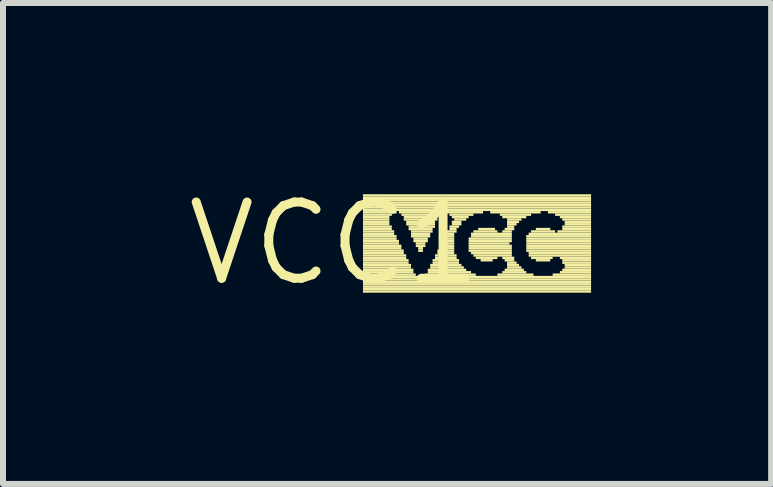
<source format=kicad_pcb>
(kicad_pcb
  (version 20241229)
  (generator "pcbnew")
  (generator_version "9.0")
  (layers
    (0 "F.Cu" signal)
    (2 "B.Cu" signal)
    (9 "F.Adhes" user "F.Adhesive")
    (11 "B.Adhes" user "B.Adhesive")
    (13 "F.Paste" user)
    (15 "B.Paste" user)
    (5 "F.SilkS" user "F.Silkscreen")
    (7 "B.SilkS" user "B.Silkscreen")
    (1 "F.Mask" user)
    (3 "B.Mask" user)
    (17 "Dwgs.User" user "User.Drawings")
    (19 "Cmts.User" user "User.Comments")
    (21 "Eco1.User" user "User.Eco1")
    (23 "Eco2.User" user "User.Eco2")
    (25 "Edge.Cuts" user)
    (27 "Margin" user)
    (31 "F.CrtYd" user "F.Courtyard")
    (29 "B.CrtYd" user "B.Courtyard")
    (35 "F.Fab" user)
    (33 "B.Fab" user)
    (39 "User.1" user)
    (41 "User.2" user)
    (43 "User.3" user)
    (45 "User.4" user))
  (footprint "VCC1"
    (layer "F.Cu")
    (at 2.517 1.006)
    (property "Reference" "VCC1" (at 0 0 0) (layer "F.SilkS") (effects (font (size 1.27 1.27) (thickness 0.15))))
    (attr through_hole)
    (fp_poly (pts (xy 0.48 -0.78) (xy 4.28 -0.78) (xy 4.28 -0.82) (xy 0.48 -0.82)) (stroke (width 0) (type solid)) (fill yes) (layer "F.SilkS"))
    (fp_poly (pts (xy 0.48 -0.74) (xy 4.28 -0.74) (xy 4.28 -0.78) (xy 0.48 -0.78)) (stroke (width 0) (type solid)) (fill yes) (layer "F.SilkS"))
    (fp_poly (pts (xy 0.48 -0.7) (xy 4.28 -0.7) (xy 4.28 -0.74) (xy 0.48 -0.74)) (stroke (width 0) (type solid)) (fill yes) (layer "F.SilkS"))
    (fp_poly (pts (xy 0.48 -0.66) (xy 4.28 -0.66) (xy 4.28 -0.7) (xy 0.48 -0.7)) (stroke (width 0) (type solid)) (fill yes) (layer "F.SilkS"))
    (fp_poly (pts (xy 0.48 -0.62) (xy 4.28 -0.62) (xy 4.28 -0.66) (xy 0.48 -0.66)) (stroke (width 0) (type solid)) (fill yes) (layer "F.SilkS"))
    (fp_poly (pts (xy 0.48 -0.58) (xy 4.28 -0.58) (xy 4.28 -0.62) (xy 0.48 -0.62)) (stroke (width 0) (type solid)) (fill yes) (layer "F.SilkS"))
    (fp_poly (pts (xy 0.48 -0.54) (xy 4.28 -0.54) (xy 4.28 -0.58) (xy 0.48 -0.58)) (stroke (width 0) (type solid)) (fill yes) (layer "F.SilkS"))
    (fp_poly (pts (xy 0.48 -0.5) (xy 1.04 -0.5) (xy 1.04 -0.54) (xy 0.48 -0.54)) (stroke (width 0) (type solid)) (fill yes) (layer "F.SilkS"))
    (fp_poly (pts (xy 0.48 -0.46) (xy 0.96 -0.46) (xy 0.96 -0.5) (xy 0.48 -0.5)) (stroke (width 0) (type solid)) (fill yes) (layer "F.SilkS"))
    (fp_poly (pts (xy 0.48 -0.42) (xy 0.92 -0.42) (xy 0.92 -0.46) (xy 0.48 -0.46)) (stroke (width 0) (type solid)) (fill yes) (layer "F.SilkS"))
    (fp_poly (pts (xy 0.48 -0.38) (xy 0.92 -0.38) (xy 0.92 -0.42) (xy 0.48 -0.42)) (stroke (width 0) (type solid)) (fill yes) (layer "F.SilkS"))
    (fp_poly (pts (xy 0.48 -0.34) (xy 0.92 -0.34) (xy 0.92 -0.38) (xy 0.48 -0.38)) (stroke (width 0) (type solid)) (fill yes) (layer "F.SilkS"))
    (fp_poly (pts (xy 0.48 -0.3) (xy 0.92 -0.3) (xy 0.92 -0.34) (xy 0.48 -0.34)) (stroke (width 0) (type solid)) (fill yes) (layer "F.SilkS"))
    (fp_poly (pts (xy 0.48 -0.26) (xy 0.96 -0.26) (xy 0.96 -0.3) (xy 0.48 -0.3)) (stroke (width 0) (type solid)) (fill yes) (layer "F.SilkS"))
    (fp_poly (pts (xy 0.48 -0.22) (xy 0.96 -0.22) (xy 0.96 -0.26) (xy 0.48 -0.26)) (stroke (width 0) (type solid)) (fill yes) (layer "F.SilkS"))
    (fp_poly (pts (xy 0.48 -0.18) (xy 1 -0.18) (xy 1 -0.22) (xy 0.48 -0.22)) (stroke (width 0) (type solid)) (fill yes) (layer "F.SilkS"))
    (fp_poly (pts (xy 0.48 -0.14) (xy 1 -0.14) (xy 1 -0.18) (xy 0.48 -0.18)) (stroke (width 0) (type solid)) (fill yes) (layer "F.SilkS"))
    (fp_poly (pts (xy 0.48 -0.1) (xy 1.04 -0.1) (xy 1.04 -0.14) (xy 0.48 -0.14)) (stroke (width 0) (type solid)) (fill yes) (layer "F.SilkS"))
    (fp_poly (pts (xy 0.48 -0.06) (xy 1.04 -0.06) (xy 1.04 -0.1) (xy 0.48 -0.1)) (stroke (width 0) (type solid)) (fill yes) (layer "F.SilkS"))
    (fp_poly (pts (xy 0.48 -0.02) (xy 1.08 -0.02) (xy 1.08 -0.06) (xy 0.48 -0.06)) (stroke (width 0) (type solid)) (fill yes) (layer "F.SilkS"))
    (fp_poly (pts (xy 0.48 0.02) (xy 1.08 0.02) (xy 1.08 -0.02) (xy 0.48 -0.02)) (stroke (width 0) (type solid)) (fill yes) (layer "F.SilkS"))
    (fp_poly (pts (xy 0.48 0.06) (xy 1.12 0.06) (xy 1.12 0.02) (xy 0.48 0.02)) (stroke (width 0) (type solid)) (fill yes) (layer "F.SilkS"))
    (fp_poly (pts (xy 0.48 0.1) (xy 1.12 0.1) (xy 1.12 0.06) (xy 0.48 0.06)) (stroke (width 0) (type solid)) (fill yes) (layer "F.SilkS"))
    (fp_poly (pts (xy 0.48 0.14) (xy 1.16 0.14) (xy 1.16 0.1) (xy 0.48 0.1)) (stroke (width 0) (type solid)) (fill yes) (layer "F.SilkS"))
    (fp_poly (pts (xy 0.48 0.18) (xy 1.16 0.18) (xy 1.16 0.14) (xy 0.48 0.14)) (stroke (width 0) (type solid)) (fill yes) (layer "F.SilkS"))
    (fp_poly (pts (xy 0.48 0.22) (xy 1.2 0.22) (xy 1.2 0.18) (xy 0.48 0.18)) (stroke (width 0) (type solid)) (fill yes) (layer "F.SilkS"))
    (fp_poly (pts (xy 0.48 0.26) (xy 1.2 0.26) (xy 1.2 0.22) (xy 0.48 0.22)) (stroke (width 0) (type solid)) (fill yes) (layer "F.SilkS"))
    (fp_poly (pts (xy 0.48 0.3) (xy 1.24 0.3) (xy 1.24 0.26) (xy 0.48 0.26)) (stroke (width 0) (type solid)) (fill yes) (layer "F.SilkS"))
    (fp_poly (pts (xy 0.48 0.34) (xy 1.24 0.34) (xy 1.24 0.3) (xy 0.48 0.3)) (stroke (width 0) (type solid)) (fill yes) (layer "F.SilkS"))
    (fp_poly (pts (xy 0.48 0.38) (xy 1.28 0.38) (xy 1.28 0.34) (xy 0.48 0.34)) (stroke (width 0) (type solid)) (fill yes) (layer "F.SilkS"))
    (fp_poly (pts (xy 0.48 0.42) (xy 1.28 0.42) (xy 1.28 0.38) (xy 0.48 0.38)) (stroke (width 0) (type solid)) (fill yes) (layer "F.SilkS"))
    (fp_poly (pts (xy 0.48 0.46) (xy 1.32 0.46) (xy 1.32 0.42) (xy 0.48 0.42)) (stroke (width 0) (type solid)) (fill yes) (layer "F.SilkS"))
    (fp_poly (pts (xy 0.48 0.5) (xy 1.32 0.5) (xy 1.32 0.46) (xy 0.48 0.46)) (stroke (width 0) (type solid)) (fill yes) (layer "F.SilkS"))
    (fp_poly (pts (xy 0.48 0.54) (xy 1.36 0.54) (xy 1.36 0.5) (xy 0.48 0.5)) (stroke (width 0) (type solid)) (fill yes) (layer "F.SilkS"))
    (fp_poly (pts (xy 0.48 0.58) (xy 4.28 0.58) (xy 4.28 0.54) (xy 0.48 0.54)) (stroke (width 0) (type solid)) (fill yes) (layer "F.SilkS"))
    (fp_poly (pts (xy 0.48 0.62) (xy 4.28 0.62) (xy 4.28 0.58) (xy 0.48 0.58)) (stroke (width 0) (type solid)) (fill yes) (layer "F.SilkS"))
    (fp_poly (pts (xy 0.48 0.66) (xy 4.28 0.66) (xy 4.28 0.62) (xy 0.48 0.62)) (stroke (width 0) (type solid)) (fill yes) (layer "F.SilkS"))
    (fp_poly (pts (xy 0.48 0.7) (xy 4.28 0.7) (xy 4.28 0.66) (xy 0.48 0.66)) (stroke (width 0) (type solid)) (fill yes) (layer "F.SilkS"))
    (fp_poly (pts (xy 0.48 0.74) (xy 4.28 0.74) (xy 4.28 0.7) (xy 0.48 0.7)) (stroke (width 0) (type solid)) (fill yes) (layer "F.SilkS"))
    (fp_poly (pts (xy 0.48 0.78) (xy 4.28 0.78) (xy 4.28 0.74) (xy 0.48 0.74)) (stroke (width 0) (type solid)) (fill yes) (layer "F.SilkS"))
    (fp_poly (pts (xy 0.48 0.82) (xy 4.28 0.82) (xy 4.28 0.78) (xy 0.48 0.78)) (stroke (width 0) (type solid)) (fill yes) (layer "F.SilkS"))
    (fp_poly (pts (xy 1.08 -0.5) (xy 1.8 -0.5) (xy 1.8 -0.54) (xy 1.08 -0.54)) (stroke (width 0) (type solid)) (fill yes) (layer "F.SilkS"))
    (fp_poly (pts (xy 1.12 -0.46) (xy 1.76 -0.46) (xy 1.76 -0.5) (xy 1.12 -0.5)) (stroke (width 0) (type solid)) (fill yes) (layer "F.SilkS"))
    (fp_poly (pts (xy 1.16 -0.42) (xy 1.72 -0.42) (xy 1.72 -0.46) (xy 1.16 -0.46)) (stroke (width 0) (type solid)) (fill yes) (layer "F.SilkS"))
    (fp_poly (pts (xy 1.16 -0.38) (xy 1.72 -0.38) (xy 1.72 -0.42) (xy 1.16 -0.42)) (stroke (width 0) (type solid)) (fill yes) (layer "F.SilkS"))
    (fp_poly (pts (xy 1.2 -0.34) (xy 1.68 -0.34) (xy 1.68 -0.38) (xy 1.2 -0.38)) (stroke (width 0) (type solid)) (fill yes) (layer "F.SilkS"))
    (fp_poly (pts (xy 1.2 -0.3) (xy 1.68 -0.3) (xy 1.68 -0.34) (xy 1.2 -0.34)) (stroke (width 0) (type solid)) (fill yes) (layer "F.SilkS"))
    (fp_poly (pts (xy 1.24 -0.26) (xy 1.68 -0.26) (xy 1.68 -0.3) (xy 1.24 -0.3)) (stroke (width 0) (type solid)) (fill yes) (layer "F.SilkS"))
    (fp_poly (pts (xy 1.24 -0.22) (xy 1.64 -0.22) (xy 1.64 -0.26) (xy 1.24 -0.26)) (stroke (width 0) (type solid)) (fill yes) (layer "F.SilkS"))
    (fp_poly (pts (xy 1.28 -0.18) (xy 1.64 -0.18) (xy 1.64 -0.22) (xy 1.28 -0.22)) (stroke (width 0) (type solid)) (fill yes) (layer "F.SilkS"))
    (fp_poly (pts (xy 1.28 -0.14) (xy 1.6 -0.14) (xy 1.6 -0.18) (xy 1.28 -0.18)) (stroke (width 0) (type solid)) (fill yes) (layer "F.SilkS"))
    (fp_poly (pts (xy 1.28 -0.1) (xy 1.6 -0.1) (xy 1.6 -0.14) (xy 1.28 -0.14)) (stroke (width 0) (type solid)) (fill yes) (layer "F.SilkS"))
    (fp_poly (pts (xy 1.32 -0.06) (xy 1.56 -0.06) (xy 1.56 -0.1) (xy 1.32 -0.1)) (stroke (width 0) (type solid)) (fill yes) (layer "F.SilkS"))
    (fp_poly (pts (xy 1.32 -0.02) (xy 1.56 -0.02) (xy 1.56 -0.06) (xy 1.32 -0.06)) (stroke (width 0) (type solid)) (fill yes) (layer "F.SilkS"))
    (fp_poly (pts (xy 1.36 0.02) (xy 1.52 0.02) (xy 1.52 -0.02) (xy 1.36 -0.02)) (stroke (width 0) (type solid)) (fill yes) (layer "F.SilkS"))
    (fp_poly (pts (xy 1.36 0.06) (xy 1.52 0.06) (xy 1.52 0.02) (xy 1.36 0.02)) (stroke (width 0) (type solid)) (fill yes) (layer "F.SilkS"))
    (fp_poly (pts (xy 1.4 0.1) (xy 1.48 0.1) (xy 1.48 0.06) (xy 1.4 0.06)) (stroke (width 0) (type solid)) (fill yes) (layer "F.SilkS"))
    (fp_poly (pts (xy 1.4 0.14) (xy 1.48 0.14) (xy 1.48 0.1) (xy 1.4 0.1)) (stroke (width 0) (type solid)) (fill yes) (layer "F.SilkS"))
    (fp_poly (pts (xy 1.52 0.54) (xy 2.36 0.54) (xy 2.36 0.5) (xy 1.52 0.5)) (stroke (width 0) (type solid)) (fill yes) (layer "F.SilkS"))
    (fp_poly (pts (xy 1.56 0.46) (xy 2.2 0.46) (xy 2.2 0.42) (xy 1.56 0.42)) (stroke (width 0) (type solid)) (fill yes) (layer "F.SilkS"))
    (fp_poly (pts (xy 1.56 0.5) (xy 2.28 0.5) (xy 2.28 0.46) (xy 1.56 0.46)) (stroke (width 0) (type solid)) (fill yes) (layer "F.SilkS"))
    (fp_poly (pts (xy 1.6 0.38) (xy 2.12 0.38) (xy 2.12 0.34) (xy 1.6 0.34)) (stroke (width 0) (type solid)) (fill yes) (layer "F.SilkS"))
    (fp_poly (pts (xy 1.6 0.42) (xy 2.16 0.42) (xy 2.16 0.38) (xy 1.6 0.38)) (stroke (width 0) (type solid)) (fill yes) (layer "F.SilkS"))
    (fp_poly (pts (xy 1.64 0.3) (xy 2.08 0.3) (xy 2.08 0.26) (xy 1.64 0.26)) (stroke (width 0) (type solid)) (fill yes) (layer "F.SilkS"))
    (fp_poly (pts (xy 1.64 0.34) (xy 2.08 0.34) (xy 2.08 0.3) (xy 1.64 0.3)) (stroke (width 0) (type solid)) (fill yes) (layer "F.SilkS"))
    (fp_poly (pts (xy 1.68 0.22) (xy 2.04 0.22) (xy 2.04 0.18) (xy 1.68 0.18)) (stroke (width 0) (type solid)) (fill yes) (layer "F.SilkS"))
    (fp_poly (pts (xy 1.68 0.26) (xy 2.04 0.26) (xy 2.04 0.22) (xy 1.68 0.22)) (stroke (width 0) (type solid)) (fill yes) (layer "F.SilkS"))
    (fp_poly (pts (xy 1.72 0.14) (xy 2 0.14) (xy 2 0.1) (xy 1.72 0.1)) (stroke (width 0) (type solid)) (fill yes) (layer "F.SilkS"))
    (fp_poly (pts (xy 1.72 0.18) (xy 2 0.18) (xy 2 0.14) (xy 1.72 0.14)) (stroke (width 0) (type solid)) (fill yes) (layer "F.SilkS"))
    (fp_poly (pts (xy 1.76 0.06) (xy 2 0.06) (xy 2 0.02) (xy 1.76 0.02)) (stroke (width 0) (type solid)) (fill yes) (layer "F.SilkS"))
    (fp_poly (pts (xy 1.76 0.1) (xy 2 0.1) (xy 2 0.06) (xy 1.76 0.06)) (stroke (width 0) (type solid)) (fill yes) (layer "F.SilkS"))
    (fp_poly (pts (xy 1.8 -0.02) (xy 2 -0.02) (xy 2 -0.06) (xy 1.8 -0.06)) (stroke (width 0) (type solid)) (fill yes) (layer "F.SilkS"))
    (fp_poly (pts (xy 1.8 0.02) (xy 2 0.02) (xy 2 -0.02) (xy 1.8 -0.02)) (stroke (width 0) (type solid)) (fill yes) (layer "F.SilkS"))
    (fp_poly (pts (xy 1.84 -0.5) (xy 2.48 -0.5) (xy 2.48 -0.54) (xy 1.84 -0.54)) (stroke (width 0) (type solid)) (fill yes) (layer "F.SilkS"))
    (fp_poly (pts (xy 1.84 -0.1) (xy 2 -0.1) (xy 2 -0.14) (xy 1.84 -0.14)) (stroke (width 0) (type solid)) (fill yes) (layer "F.SilkS"))
    (fp_poly (pts (xy 1.84 -0.06) (xy 2 -0.06) (xy 2 -0.1) (xy 1.84 -0.1)) (stroke (width 0) (type solid)) (fill yes) (layer "F.SilkS"))
    (fp_poly (pts (xy 1.88 -0.18) (xy 2.04 -0.18) (xy 2.04 -0.22) (xy 1.88 -0.22)) (stroke (width 0) (type solid)) (fill yes) (layer "F.SilkS"))
    (fp_poly (pts (xy 1.88 -0.14) (xy 2 -0.14) (xy 2 -0.18) (xy 1.88 -0.18)) (stroke (width 0) (type solid)) (fill yes) (layer "F.SilkS"))
    (fp_poly (pts (xy 1.92 -0.46) (xy 2.32 -0.46) (xy 2.32 -0.5) (xy 1.92 -0.5)) (stroke (width 0) (type solid)) (fill yes) (layer "F.SilkS"))
    (fp_poly (pts (xy 1.92 -0.26) (xy 2.08 -0.26) (xy 2.08 -0.3) (xy 1.92 -0.3)) (stroke (width 0) (type solid)) (fill yes) (layer "F.SilkS"))
    (fp_poly (pts (xy 1.92 -0.22) (xy 2.04 -0.22) (xy 2.04 -0.26) (xy 1.92 -0.26)) (stroke (width 0) (type solid)) (fill yes) (layer "F.SilkS"))
    (fp_poly (pts (xy 1.96 -0.42) (xy 2.24 -0.42) (xy 2.24 -0.46) (xy 1.96 -0.46)) (stroke (width 0) (type solid)) (fill yes) (layer "F.SilkS"))
    (fp_poly (pts (xy 1.96 -0.34) (xy 2.12 -0.34) (xy 2.12 -0.38) (xy 1.96 -0.38)) (stroke (width 0) (type solid)) (fill yes) (layer "F.SilkS"))
    (fp_poly (pts (xy 1.96 -0.3) (xy 2.12 -0.3) (xy 2.12 -0.34) (xy 1.96 -0.34)) (stroke (width 0) (type solid)) (fill yes) (layer "F.SilkS"))
    (fp_poly (pts (xy 2 -0.38) (xy 2.2 -0.38) (xy 2.2 -0.42) (xy 2 -0.42)) (stroke (width 0) (type solid)) (fill yes) (layer "F.SilkS"))
    (fp_poly (pts (xy 2.24 -0.06) (xy 2.96 -0.06) (xy 2.96 -0.1) (xy 2.24 -0.1)) (stroke (width 0) (type solid)) (fill yes) (layer "F.SilkS"))
    (fp_poly (pts (xy 2.24 -0.02) (xy 2.96 -0.02) (xy 2.96 -0.06) (xy 2.24 -0.06)) (stroke (width 0) (type solid)) (fill yes) (layer "F.SilkS"))
    (fp_poly (pts (xy 2.24 0.02) (xy 2.92 0.02) (xy 2.92 -0.02) (xy 2.24 -0.02)) (stroke (width 0) (type solid)) (fill yes) (layer "F.SilkS"))
    (fp_poly (pts (xy 2.24 0.06) (xy 2.96 0.06) (xy 2.96 0.02) (xy 2.24 0.02)) (stroke (width 0) (type solid)) (fill yes) (layer "F.SilkS"))
    (fp_poly (pts (xy 2.24 0.1) (xy 2.96 0.1) (xy 2.96 0.06) (xy 2.24 0.06)) (stroke (width 0) (type solid)) (fill yes) (layer "F.SilkS"))
    (fp_poly (pts (xy 2.24 0.14) (xy 2.96 0.14) (xy 2.96 0.1) (xy 2.24 0.1)) (stroke (width 0) (type solid)) (fill yes) (layer "F.SilkS"))
    (fp_poly (pts (xy 2.28 -0.14) (xy 2.96 -0.14) (xy 2.96 -0.18) (xy 2.28 -0.18)) (stroke (width 0) (type solid)) (fill yes) (layer "F.SilkS"))
    (fp_poly (pts (xy 2.28 -0.1) (xy 2.96 -0.1) (xy 2.96 -0.14) (xy 2.28 -0.14)) (stroke (width 0) (type solid)) (fill yes) (layer "F.SilkS"))
    (fp_poly (pts (xy 2.28 0.18) (xy 2.96 0.18) (xy 2.96 0.14) (xy 2.28 0.14)) (stroke (width 0) (type solid)) (fill yes) (layer "F.SilkS"))
    (fp_poly (pts (xy 2.32 -0.18) (xy 2.72 -0.18) (xy 2.72 -0.22) (xy 2.32 -0.22)) (stroke (width 0) (type solid)) (fill yes) (layer "F.SilkS"))
    (fp_poly (pts (xy 2.32 0.22) (xy 2.96 0.22) (xy 2.96 0.18) (xy 2.32 0.18)) (stroke (width 0) (type solid)) (fill yes) (layer "F.SilkS"))
    (fp_poly (pts (xy 2.36 0.26) (xy 2.72 0.26) (xy 2.72 0.22) (xy 2.36 0.22)) (stroke (width 0) (type solid)) (fill yes) (layer "F.SilkS"))
    (fp_poly (pts (xy 2.4 -0.22) (xy 2.68 -0.22) (xy 2.68 -0.26) (xy 2.4 -0.26)) (stroke (width 0) (type solid)) (fill yes) (layer "F.SilkS"))
    (fp_poly (pts (xy 2.44 0.3) (xy 2.64 0.3) (xy 2.64 0.26) (xy 2.44 0.26)) (stroke (width 0) (type solid)) (fill yes) (layer "F.SilkS"))
    (fp_poly (pts (xy 2.6 -0.5) (xy 3.44 -0.5) (xy 3.44 -0.54) (xy 2.6 -0.54)) (stroke (width 0) (type solid)) (fill yes) (layer "F.SilkS"))
    (fp_poly (pts (xy 2.72 0.54) (xy 3.32 0.54) (xy 3.32 0.5) (xy 2.72 0.5)) (stroke (width 0) (type solid)) (fill yes) (layer "F.SilkS"))
    (fp_poly (pts (xy 2.76 -0.46) (xy 3.28 -0.46) (xy 3.28 -0.5) (xy 2.76 -0.5)) (stroke (width 0) (type solid)) (fill yes) (layer "F.SilkS"))
    (fp_poly (pts (xy 2.8 -0.42) (xy 3.2 -0.42) (xy 3.2 -0.46) (xy 2.8 -0.46)) (stroke (width 0) (type solid)) (fill yes) (layer "F.SilkS"))
    (fp_poly (pts (xy 2.8 -0.18) (xy 2.96 -0.18) (xy 2.96 -0.22) (xy 2.8 -0.22)) (stroke (width 0) (type solid)) (fill yes) (layer "F.SilkS"))
    (fp_poly (pts (xy 2.8 0.26) (xy 3 0.26) (xy 3 0.22) (xy 2.8 0.22)) (stroke (width 0) (type solid)) (fill yes) (layer "F.SilkS"))
    (fp_poly (pts (xy 2.8 0.5) (xy 3.2 0.5) (xy 3.2 0.46) (xy 2.8 0.46)) (stroke (width 0) (type solid)) (fill yes) (layer "F.SilkS"))
    (fp_poly (pts (xy 2.84 -0.22) (xy 3 -0.22) (xy 3 -0.26) (xy 2.84 -0.26)) (stroke (width 0) (type solid)) (fill yes) (layer "F.SilkS"))
    (fp_poly (pts (xy 2.84 0.3) (xy 3 0.3) (xy 3 0.26) (xy 2.84 0.26)) (stroke (width 0) (type solid)) (fill yes) (layer "F.SilkS"))
    (fp_poly (pts (xy 2.84 0.46) (xy 3.16 0.46) (xy 3.16 0.42) (xy 2.84 0.42)) (stroke (width 0) (type solid)) (fill yes) (layer "F.SilkS"))
    (fp_poly (pts (xy 2.88 -0.38) (xy 3.12 -0.38) (xy 3.12 -0.42) (xy 2.88 -0.42)) (stroke (width 0) (type solid)) (fill yes) (layer "F.SilkS"))
    (fp_poly (pts (xy 2.88 -0.34) (xy 3.08 -0.34) (xy 3.08 -0.38) (xy 2.88 -0.38)) (stroke (width 0) (type solid)) (fill yes) (layer "F.SilkS"))
    (fp_poly (pts (xy 2.88 -0.3) (xy 3.04 -0.3) (xy 3.04 -0.34) (xy 2.88 -0.34)) (stroke (width 0) (type solid)) (fill yes) (layer "F.SilkS"))
    (fp_poly (pts (xy 2.88 -0.26) (xy 3 -0.26) (xy 3 -0.3) (xy 2.88 -0.3)) (stroke (width 0) (type solid)) (fill yes) (layer "F.SilkS"))
    (fp_poly (pts (xy 2.88 0.34) (xy 3.04 0.34) (xy 3.04 0.3) (xy 2.88 0.3)) (stroke (width 0) (type solid)) (fill yes) (layer "F.SilkS"))
    (fp_poly (pts (xy 2.88 0.38) (xy 3.08 0.38) (xy 3.08 0.34) (xy 2.88 0.34)) (stroke (width 0) (type solid)) (fill yes) (layer "F.SilkS"))
    (fp_poly (pts (xy 2.88 0.42) (xy 3.12 0.42) (xy 3.12 0.38) (xy 2.88 0.38)) (stroke (width 0) (type solid)) (fill yes) (layer "F.SilkS"))
    (fp_poly (pts (xy 3.2 -0.1) (xy 4.28 -0.1) (xy 4.28 -0.14) (xy 3.2 -0.14)) (stroke (width 0) (type solid)) (fill yes) (layer "F.SilkS"))
    (fp_poly (pts (xy 3.2 -0.06) (xy 4.28 -0.06) (xy 4.28 -0.1) (xy 3.2 -0.1)) (stroke (width 0) (type solid)) (fill yes) (layer "F.SilkS"))
    (fp_poly (pts (xy 3.2 -0.02) (xy 4.28 -0.02) (xy 4.28 -0.06) (xy 3.2 -0.06)) (stroke (width 0) (type solid)) (fill yes) (layer "F.SilkS"))
    (fp_poly (pts (xy 3.2 0.02) (xy 4.28 0.02) (xy 4.28 -0.02) (xy 3.2 -0.02)) (stroke (width 0) (type solid)) (fill yes) (layer "F.SilkS"))
    (fp_poly (pts (xy 3.2 0.06) (xy 4.28 0.06) (xy 4.28 0.02) (xy 3.2 0.02)) (stroke (width 0) (type solid)) (fill yes) (layer "F.SilkS"))
    (fp_poly (pts (xy 3.2 0.1) (xy 4.28 0.1) (xy 4.28 0.06) (xy 3.2 0.06)) (stroke (width 0) (type solid)) (fill yes) (layer "F.SilkS"))
    (fp_poly (pts (xy 3.2 0.14) (xy 4.28 0.14) (xy 4.28 0.1) (xy 3.2 0.1)) (stroke (width 0) (type solid)) (fill yes) (layer "F.SilkS"))
    (fp_poly (pts (xy 3.24 -0.14) (xy 4.28 -0.14) (xy 4.28 -0.18) (xy 3.24 -0.18)) (stroke (width 0) (type solid)) (fill yes) (layer "F.SilkS"))
    (fp_poly (pts (xy 3.24 0.18) (xy 4.28 0.18) (xy 4.28 0.14) (xy 3.24 0.14)) (stroke (width 0) (type solid)) (fill yes) (layer "F.SilkS"))
    (fp_poly (pts (xy 3.24 0.22) (xy 4.28 0.22) (xy 4.28 0.18) (xy 3.24 0.18)) (stroke (width 0) (type solid)) (fill yes) (layer "F.SilkS"))
    (fp_poly (pts (xy 3.28 -0.18) (xy 3.68 -0.18) (xy 3.68 -0.22) (xy 3.28 -0.22)) (stroke (width 0) (type solid)) (fill yes) (layer "F.SilkS"))
    (fp_poly (pts (xy 3.28 0.26) (xy 3.64 0.26) (xy 3.64 0.22) (xy 3.28 0.22)) (stroke (width 0) (type solid)) (fill yes) (layer "F.SilkS"))
    (fp_poly (pts (xy 3.36 -0.22) (xy 3.6 -0.22) (xy 3.6 -0.26) (xy 3.36 -0.26)) (stroke (width 0) (type solid)) (fill yes) (layer "F.SilkS"))
    (fp_poly (pts (xy 3.36 0.3) (xy 3.6 0.3) (xy 3.6 0.26) (xy 3.36 0.26)) (stroke (width 0) (type solid)) (fill yes) (layer "F.SilkS"))
    (fp_poly (pts (xy 3.56 -0.5) (xy 4.28 -0.5) (xy 4.28 -0.54) (xy 3.56 -0.54)) (stroke (width 0) (type solid)) (fill yes) (layer "F.SilkS"))
    (fp_poly (pts (xy 3.64 0.54) (xy 4.28 0.54) (xy 4.28 0.5) (xy 3.64 0.5)) (stroke (width 0) (type solid)) (fill yes) (layer "F.SilkS"))
    (fp_poly (pts (xy 3.68 -0.46) (xy 4.28 -0.46) (xy 4.28 -0.5) (xy 3.68 -0.5)) (stroke (width 0) (type solid)) (fill yes) (layer "F.SilkS"))
    (fp_poly (pts (xy 3.72 -0.18) (xy 4.28 -0.18) (xy 4.28 -0.22) (xy 3.72 -0.22)) (stroke (width 0) (type solid)) (fill yes) (layer "F.SilkS"))
    (fp_poly (pts (xy 3.76 -0.42) (xy 4.28 -0.42) (xy 4.28 -0.46) (xy 3.76 -0.46)) (stroke (width 0) (type solid)) (fill yes) (layer "F.SilkS"))
    (fp_poly (pts (xy 3.76 0.26) (xy 4.28 0.26) (xy 4.28 0.22) (xy 3.76 0.22)) (stroke (width 0) (type solid)) (fill yes) (layer "F.SilkS"))
    (fp_poly (pts (xy 3.76 0.5) (xy 4.28 0.5) (xy 4.28 0.46) (xy 3.76 0.46)) (stroke (width 0) (type solid)) (fill yes) (layer "F.SilkS"))
    (fp_poly (pts (xy 3.8 -0.38) (xy 4.28 -0.38) (xy 4.28 -0.42) (xy 3.8 -0.42)) (stroke (width 0) (type solid)) (fill yes) (layer "F.SilkS"))
    (fp_poly (pts (xy 3.8 -0.26) (xy 4.28 -0.26) (xy 4.28 -0.3) (xy 3.8 -0.3)) (stroke (width 0) (type solid)) (fill yes) (layer "F.SilkS"))
    (fp_poly (pts (xy 3.8 -0.22) (xy 4.28 -0.22) (xy 4.28 -0.26) (xy 3.8 -0.26)) (stroke (width 0) (type solid)) (fill yes) (layer "F.SilkS"))
    (fp_poly (pts (xy 3.8 0.3) (xy 4.28 0.3) (xy 4.28 0.26) (xy 3.8 0.26)) (stroke (width 0) (type solid)) (fill yes) (layer "F.SilkS"))
    (fp_poly (pts (xy 3.8 0.34) (xy 4.28 0.34) (xy 4.28 0.3) (xy 3.8 0.3)) (stroke (width 0) (type solid)) (fill yes) (layer "F.SilkS"))
    (fp_poly (pts (xy 3.8 0.46) (xy 4.28 0.46) (xy 4.28 0.42) (xy 3.8 0.42)) (stroke (width 0) (type solid)) (fill yes) (layer "F.SilkS"))
    (fp_poly (pts (xy 3.84 -0.34) (xy 4.28 -0.34) (xy 4.28 -0.38) (xy 3.84 -0.38)) (stroke (width 0) (type solid)) (fill yes) (layer "F.SilkS"))
    (fp_poly (pts (xy 3.84 -0.3) (xy 4.28 -0.3) (xy 4.28 -0.34) (xy 3.84 -0.34)) (stroke (width 0) (type solid)) (fill yes) (layer "F.SilkS"))
    (fp_poly (pts (xy 3.84 0.38) (xy 4.28 0.38) (xy 4.28 0.34) (xy 3.84 0.34)) (stroke (width 0) (type solid)) (fill yes) (layer "F.SilkS"))
    (fp_poly (pts (xy 3.84 0.42) (xy 4.28 0.42) (xy 4.28 0.38) (xy 3.84 0.38)) (stroke (width 0) (type solid)) (fill yes) (layer "F.SilkS")))
  (gr_rect
    (start -3 -3)
    (end 9.797 5.012)
    (stroke (width 0.1) (type default))
    (fill no)
    (layer "Edge.Cuts")))
</source>
